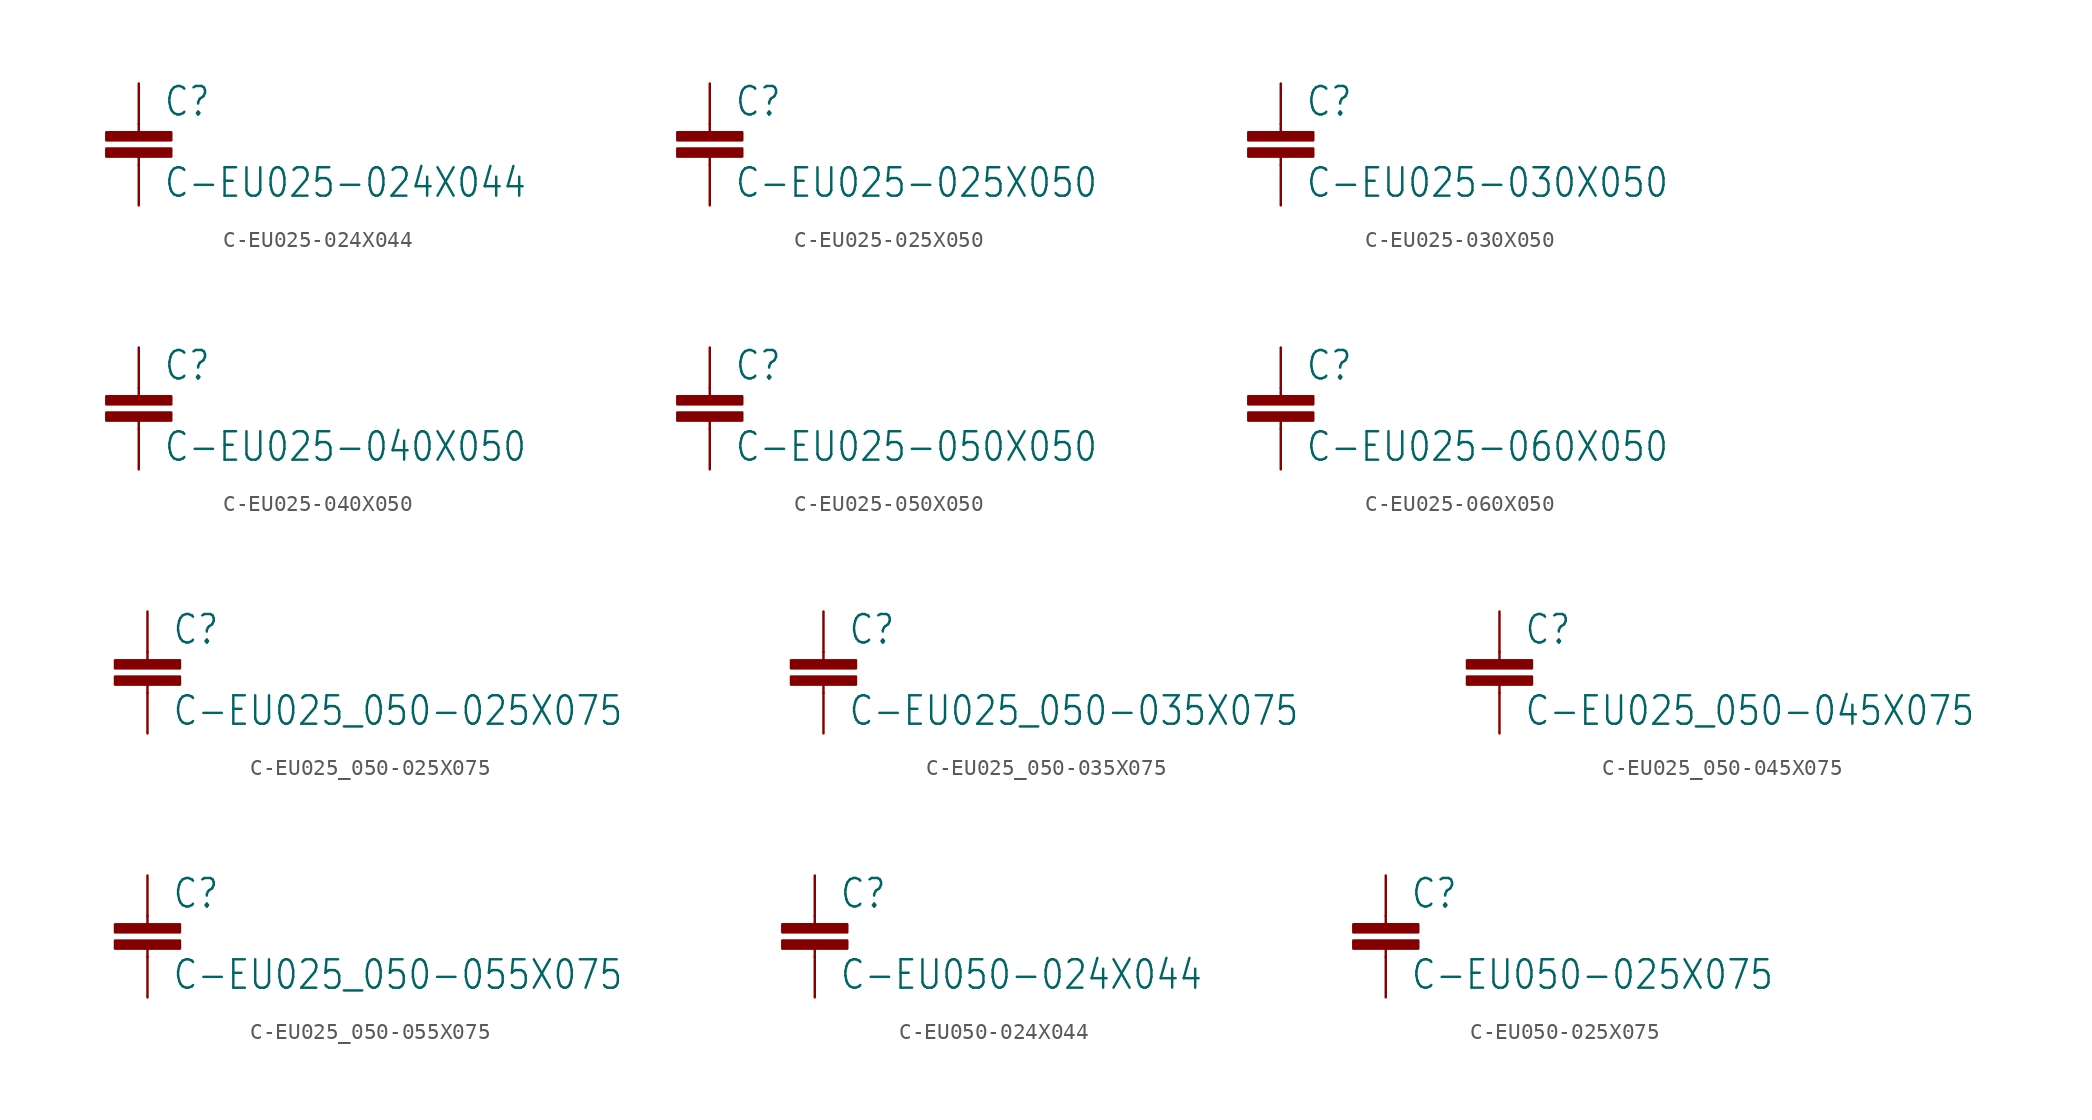
<source format=kicad_sym>
(kicad_symbol_lib
  (version 20201005)
  (generator kicad_symbol_editor)
  (symbol "pirt:C-EU025-024X044"
    (property "Reference" "C"
      (at 1.524 0.381 0)
      (effects (font (size 1.778 1.511)) (justify left bottom)))
    (property "Value" "C-EU025-024X044"
      (at 1.524 -4.699 0)
      (effects (font (size 1.778 1.511)) (justify left bottom)))
    (property "ki_locked" ""
      (at 0 0 0)
      (effects (font (size 1.27 1.27))))
    (symbol "C-EU025-024X044_1_0"
      (rectangle (start -2.032 -2.032) (end 2.032 -1.524) (stroke (width 0)) (fill (type outline)))
      (rectangle (start -2.032 -1.016) (end 2.032 -0.508) (stroke (width 0)) (fill (type outline)))
      (polyline (pts (xy 0 -2.54) (xy 0 -2.032)) (stroke (width 0.152)) (fill (type none)))
      (polyline (pts (xy 0 0) (xy 0 -0.508)) (stroke (width 0.152)) (fill (type none)))
      (pin passive line (at 0 2.54 270) (length 2.54) (name "1" (effects (font (size 0 0)))) (number "1" (effects (font (size 0 0)))))
      (pin passive line (at 0 -5.08 90) (length 2.54) (name "2" (effects (font (size 0 0)))) (number "2" (effects (font (size 0 0)))))))
  (symbol "pirt:C-EU025-025X050"
    (property "Reference" "C"
      (at 1.524 0.381 0)
      (effects (font (size 1.778 1.511)) (justify left bottom)))
    (property "Value" "C-EU025-025X050"
      (at 1.524 -4.699 0)
      (effects (font (size 1.778 1.511)) (justify left bottom)))
    (property "ki_locked" ""
      (at 0 0 0)
      (effects (font (size 1.27 1.27))))
    (symbol "C-EU025-025X050_1_0"
      (rectangle (start -2.032 -2.032) (end 2.032 -1.524) (stroke (width 0)) (fill (type outline)))
      (rectangle (start -2.032 -1.016) (end 2.032 -0.508) (stroke (width 0)) (fill (type outline)))
      (polyline (pts (xy 0 -2.54) (xy 0 -2.032)) (stroke (width 0.152)) (fill (type none)))
      (polyline (pts (xy 0 0) (xy 0 -0.508)) (stroke (width 0.152)) (fill (type none)))
      (pin passive line (at 0 2.54 270) (length 2.54) (name "1" (effects (font (size 0 0)))) (number "1" (effects (font (size 0 0)))))
      (pin passive line (at 0 -5.08 90) (length 2.54) (name "2" (effects (font (size 0 0)))) (number "2" (effects (font (size 0 0)))))))
  (symbol "pirt:C-EU025-030X050"
    (property "Reference" "C"
      (at 1.524 0.381 0)
      (effects (font (size 1.778 1.511)) (justify left bottom)))
    (property "Value" "C-EU025-030X050"
      (at 1.524 -4.699 0)
      (effects (font (size 1.778 1.511)) (justify left bottom)))
    (property "ki_locked" ""
      (at 0 0 0)
      (effects (font (size 1.27 1.27))))
    (symbol "C-EU025-030X050_1_0"
      (rectangle (start -2.032 -2.032) (end 2.032 -1.524) (stroke (width 0)) (fill (type outline)))
      (rectangle (start -2.032 -1.016) (end 2.032 -0.508) (stroke (width 0)) (fill (type outline)))
      (polyline (pts (xy 0 -2.54) (xy 0 -2.032)) (stroke (width 0.152)) (fill (type none)))
      (polyline (pts (xy 0 0) (xy 0 -0.508)) (stroke (width 0.152)) (fill (type none)))
      (pin passive line (at 0 2.54 270) (length 2.54) (name "1" (effects (font (size 0 0)))) (number "1" (effects (font (size 0 0)))))
      (pin passive line (at 0 -5.08 90) (length 2.54) (name "2" (effects (font (size 0 0)))) (number "2" (effects (font (size 0 0)))))))
  (symbol "pirt:C-EU025-040X050"
    (property "Reference" "C"
      (at 1.524 0.381 0)
      (effects (font (size 1.778 1.511)) (justify left bottom)))
    (property "Value" "C-EU025-040X050"
      (at 1.524 -4.699 0)
      (effects (font (size 1.778 1.511)) (justify left bottom)))
    (property "ki_locked" ""
      (at 0 0 0)
      (effects (font (size 1.27 1.27))))
    (symbol "C-EU025-040X050_1_0"
      (rectangle (start -2.032 -2.032) (end 2.032 -1.524) (stroke (width 0)) (fill (type outline)))
      (rectangle (start -2.032 -1.016) (end 2.032 -0.508) (stroke (width 0)) (fill (type outline)))
      (polyline (pts (xy 0 -2.54) (xy 0 -2.032)) (stroke (width 0.152)) (fill (type none)))
      (polyline (pts (xy 0 0) (xy 0 -0.508)) (stroke (width 0.152)) (fill (type none)))
      (pin passive line (at 0 2.54 270) (length 2.54) (name "1" (effects (font (size 0 0)))) (number "1" (effects (font (size 0 0)))))
      (pin passive line (at 0 -5.08 90) (length 2.54) (name "2" (effects (font (size 0 0)))) (number "2" (effects (font (size 0 0)))))))
  (symbol "pirt:C-EU025-050X050"
    (property "Reference" "C"
      (at 1.524 0.381 0)
      (effects (font (size 1.778 1.511)) (justify left bottom)))
    (property "Value" "C-EU025-050X050"
      (at 1.524 -4.699 0)
      (effects (font (size 1.778 1.511)) (justify left bottom)))
    (property "ki_locked" ""
      (at 0 0 0)
      (effects (font (size 1.27 1.27))))
    (symbol "C-EU025-050X050_1_0"
      (rectangle (start -2.032 -2.032) (end 2.032 -1.524) (stroke (width 0)) (fill (type outline)))
      (rectangle (start -2.032 -1.016) (end 2.032 -0.508) (stroke (width 0)) (fill (type outline)))
      (polyline (pts (xy 0 -2.54) (xy 0 -2.032)) (stroke (width 0.152)) (fill (type none)))
      (polyline (pts (xy 0 0) (xy 0 -0.508)) (stroke (width 0.152)) (fill (type none)))
      (pin passive line (at 0 2.54 270) (length 2.54) (name "1" (effects (font (size 0 0)))) (number "1" (effects (font (size 0 0)))))
      (pin passive line (at 0 -5.08 90) (length 2.54) (name "2" (effects (font (size 0 0)))) (number "2" (effects (font (size 0 0)))))))
  (symbol "pirt:C-EU025-060X050"
    (property "Reference" "C"
      (at 1.524 0.381 0)
      (effects (font (size 1.778 1.511)) (justify left bottom)))
    (property "Value" "C-EU025-060X050"
      (at 1.524 -4.699 0)
      (effects (font (size 1.778 1.511)) (justify left bottom)))
    (property "ki_locked" ""
      (at 0 0 0)
      (effects (font (size 1.27 1.27))))
    (symbol "C-EU025-060X050_1_0"
      (rectangle (start -2.032 -2.032) (end 2.032 -1.524) (stroke (width 0)) (fill (type outline)))
      (rectangle (start -2.032 -1.016) (end 2.032 -0.508) (stroke (width 0)) (fill (type outline)))
      (polyline (pts (xy 0 -2.54) (xy 0 -2.032)) (stroke (width 0.152)) (fill (type none)))
      (polyline (pts (xy 0 0) (xy 0 -0.508)) (stroke (width 0.152)) (fill (type none)))
      (pin passive line (at 0 2.54 270) (length 2.54) (name "1" (effects (font (size 0 0)))) (number "1" (effects (font (size 0 0)))))
      (pin passive line (at 0 -5.08 90) (length 2.54) (name "2" (effects (font (size 0 0)))) (number "2" (effects (font (size 0 0)))))))
  (symbol "pirt:C-EU025_050-025X075"
    (property "Reference" "C"
      (at 1.524 0.381 0)
      (effects (font (size 1.778 1.511)) (justify left bottom)))
    (property "Value" "C-EU025_050-025X075"
      (at 1.524 -4.699 0)
      (effects (font (size 1.778 1.511)) (justify left bottom)))
    (property "ki_locked" ""
      (at 0 0 0)
      (effects (font (size 1.27 1.27))))
    (symbol "C-EU025_050-025X075_1_0"
      (rectangle (start -2.032 -2.032) (end 2.032 -1.524) (stroke (width 0)) (fill (type outline)))
      (rectangle (start -2.032 -1.016) (end 2.032 -0.508) (stroke (width 0)) (fill (type outline)))
      (polyline (pts (xy 0 -2.54) (xy 0 -2.032)) (stroke (width 0.152)) (fill (type none)))
      (polyline (pts (xy 0 0) (xy 0 -0.508)) (stroke (width 0.152)) (fill (type none)))
      (pin passive line (at 0 2.54 270) (length 2.54) (name "1" (effects (font (size 0 0)))) (number "1" (effects (font (size 0 0)))))
      (pin passive line (at 0 -5.08 90) (length 2.54) (name "2" (effects (font (size 0 0)))) (number "2" (effects (font (size 0 0)))))))
  (symbol "pirt:C-EU025_050-035X075"
    (property "Reference" "C"
      (at 1.524 0.381 0)
      (effects (font (size 1.778 1.511)) (justify left bottom)))
    (property "Value" "C-EU025_050-035X075"
      (at 1.524 -4.699 0)
      (effects (font (size 1.778 1.511)) (justify left bottom)))
    (property "ki_locked" ""
      (at 0 0 0)
      (effects (font (size 1.27 1.27))))
    (symbol "C-EU025_050-035X075_1_0"
      (rectangle (start -2.032 -2.032) (end 2.032 -1.524) (stroke (width 0)) (fill (type outline)))
      (rectangle (start -2.032 -1.016) (end 2.032 -0.508) (stroke (width 0)) (fill (type outline)))
      (polyline (pts (xy 0 -2.54) (xy 0 -2.032)) (stroke (width 0.152)) (fill (type none)))
      (polyline (pts (xy 0 0) (xy 0 -0.508)) (stroke (width 0.152)) (fill (type none)))
      (pin passive line (at 0 2.54 270) (length 2.54) (name "1" (effects (font (size 0 0)))) (number "1" (effects (font (size 0 0)))))
      (pin passive line (at 0 -5.08 90) (length 2.54) (name "2" (effects (font (size 0 0)))) (number "2" (effects (font (size 0 0)))))))
  (symbol "pirt:C-EU025_050-045X075"
    (property "Reference" "C"
      (at 1.524 0.381 0)
      (effects (font (size 1.778 1.511)) (justify left bottom)))
    (property "Value" "C-EU025_050-045X075"
      (at 1.524 -4.699 0)
      (effects (font (size 1.778 1.511)) (justify left bottom)))
    (property "ki_locked" ""
      (at 0 0 0)
      (effects (font (size 1.27 1.27))))
    (symbol "C-EU025_050-045X075_1_0"
      (rectangle (start -2.032 -2.032) (end 2.032 -1.524) (stroke (width 0)) (fill (type outline)))
      (rectangle (start -2.032 -1.016) (end 2.032 -0.508) (stroke (width 0)) (fill (type outline)))
      (polyline (pts (xy 0 -2.54) (xy 0 -2.032)) (stroke (width 0.152)) (fill (type none)))
      (polyline (pts (xy 0 0) (xy 0 -0.508)) (stroke (width 0.152)) (fill (type none)))
      (pin passive line (at 0 2.54 270) (length 2.54) (name "1" (effects (font (size 0 0)))) (number "1" (effects (font (size 0 0)))))
      (pin passive line (at 0 -5.08 90) (length 2.54) (name "2" (effects (font (size 0 0)))) (number "2" (effects (font (size 0 0)))))))
  (symbol "pirt:C-EU025_050-055X075"
    (property "Reference" "C"
      (at 1.524 0.381 0)
      (effects (font (size 1.778 1.511)) (justify left bottom)))
    (property "Value" "C-EU025_050-055X075"
      (at 1.524 -4.699 0)
      (effects (font (size 1.778 1.511)) (justify left bottom)))
    (property "ki_locked" ""
      (at 0 0 0)
      (effects (font (size 1.27 1.27))))
    (symbol "C-EU025_050-055X075_1_0"
      (rectangle (start -2.032 -2.032) (end 2.032 -1.524) (stroke (width 0)) (fill (type outline)))
      (rectangle (start -2.032 -1.016) (end 2.032 -0.508) (stroke (width 0)) (fill (type outline)))
      (polyline (pts (xy 0 -2.54) (xy 0 -2.032)) (stroke (width 0.152)) (fill (type none)))
      (polyline (pts (xy 0 0) (xy 0 -0.508)) (stroke (width 0.152)) (fill (type none)))
      (pin passive line (at 0 2.54 270) (length 2.54) (name "1" (effects (font (size 0 0)))) (number "1" (effects (font (size 0 0)))))
      (pin passive line (at 0 -5.08 90) (length 2.54) (name "2" (effects (font (size 0 0)))) (number "2" (effects (font (size 0 0)))))))
  (symbol "pirt:C-EU050-024X044"
    (property "Reference" "C"
      (at 1.524 0.381 0)
      (effects (font (size 1.778 1.511)) (justify left bottom)))
    (property "Value" "C-EU050-024X044"
      (at 1.524 -4.699 0)
      (effects (font (size 1.778 1.511)) (justify left bottom)))
    (property "ki_locked" ""
      (at 0 0 0)
      (effects (font (size 1.27 1.27))))
    (symbol "C-EU050-024X044_1_0"
      (rectangle (start -2.032 -2.032) (end 2.032 -1.524) (stroke (width 0)) (fill (type outline)))
      (rectangle (start -2.032 -1.016) (end 2.032 -0.508) (stroke (width 0)) (fill (type outline)))
      (polyline (pts (xy 0 -2.54) (xy 0 -2.032)) (stroke (width 0.152)) (fill (type none)))
      (polyline (pts (xy 0 0) (xy 0 -0.508)) (stroke (width 0.152)) (fill (type none)))
      (pin passive line (at 0 2.54 270) (length 2.54) (name "1" (effects (font (size 0 0)))) (number "1" (effects (font (size 0 0)))))
      (pin passive line (at 0 -5.08 90) (length 2.54) (name "2" (effects (font (size 0 0)))) (number "2" (effects (font (size 0 0)))))))
  (symbol "pirt:C-EU050-025X075"
    (property "Reference" "C"
      (at 1.524 0.381 0)
      (effects (font (size 1.778 1.511)) (justify left bottom)))
    (property "Value" "C-EU050-025X075"
      (at 1.524 -4.699 0)
      (effects (font (size 1.778 1.511)) (justify left bottom)))
    (property "ki_locked" ""
      (at 0 0 0)
      (effects (font (size 1.27 1.27))))
    (symbol "C-EU050-025X075_1_0"
      (rectangle (start -2.032 -2.032) (end 2.032 -1.524) (stroke (width 0)) (fill (type outline)))
      (rectangle (start -2.032 -1.016) (end 2.032 -0.508) (stroke (width 0)) (fill (type outline)))
      (polyline (pts (xy 0 -2.54) (xy 0 -2.032)) (stroke (width 0.152)) (fill (type none)))
      (polyline (pts (xy 0 0) (xy 0 -0.508)) (stroke (width 0.152)) (fill (type none)))
      (pin passive line (at 0 2.54 270) (length 2.54) (name "1" (effects (font (size 0 0)))) (number "1" (effects (font (size 0 0)))))
      (pin passive line (at 0 -5.08 90) (length 2.54) (name "2" (effects (font (size 0 0)))) (number "2" (effects (font (size 0 0))))))))
</source>
